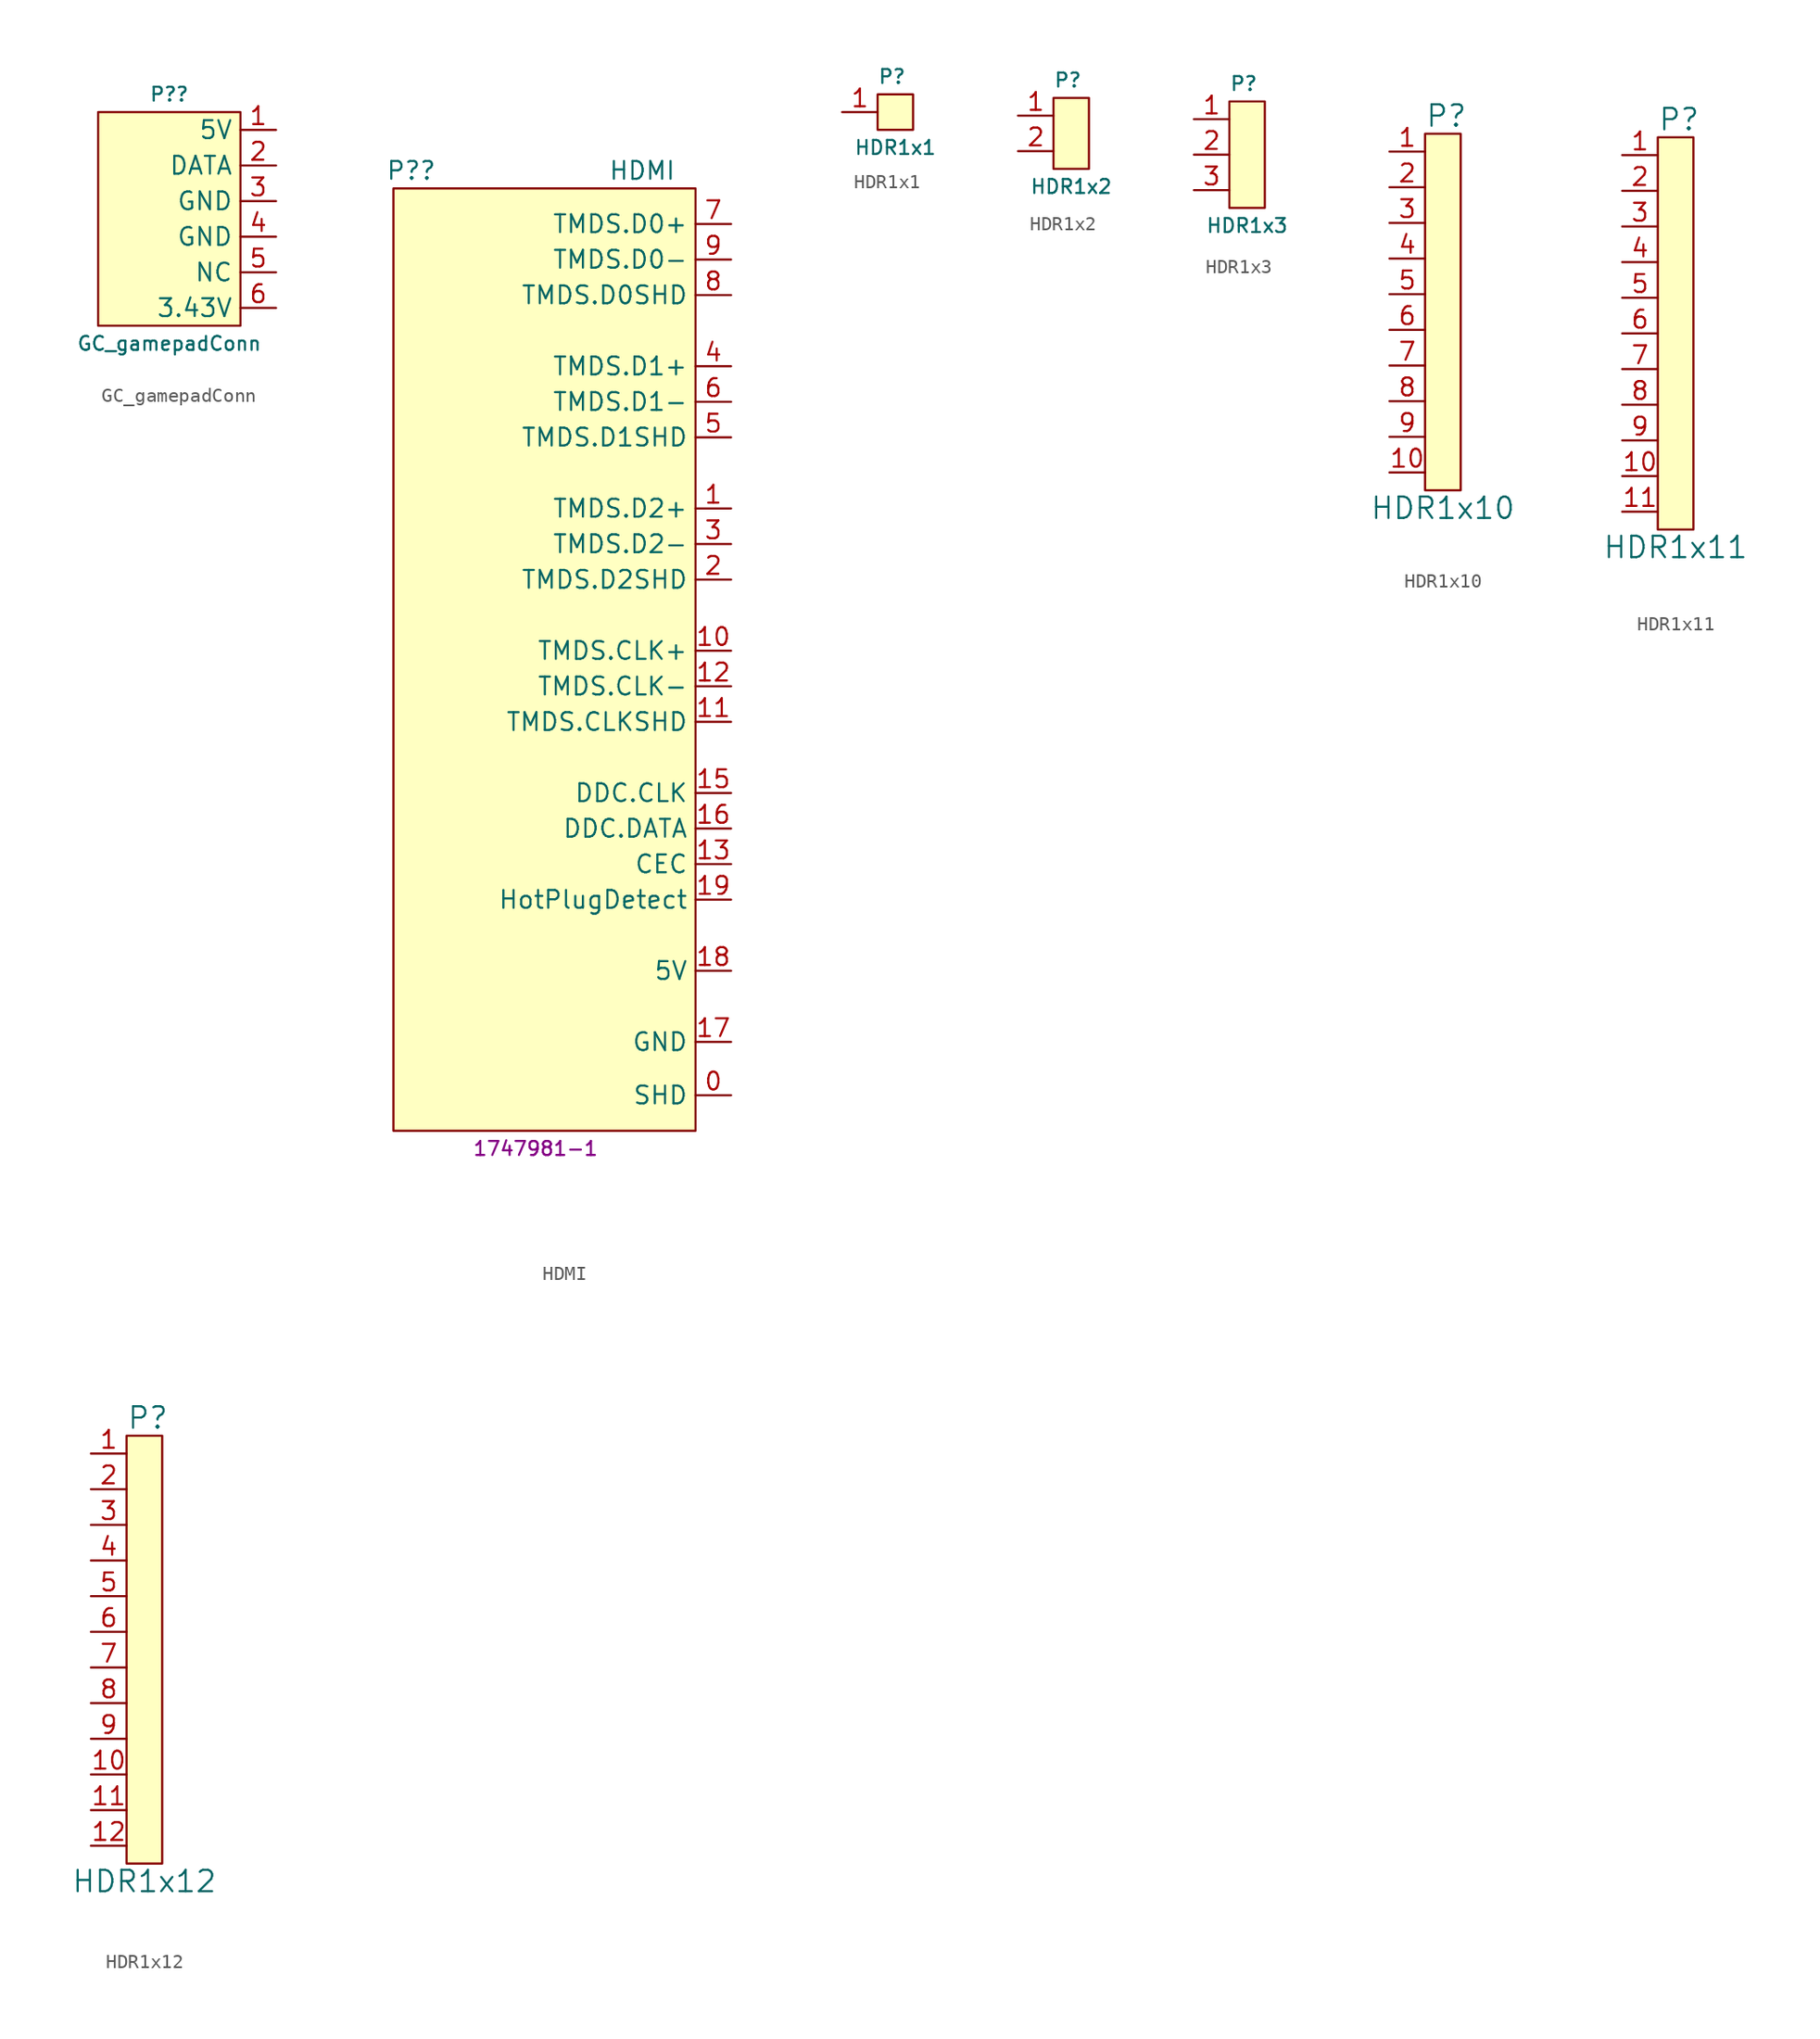
<source format=kicad_sym>
(kicad_symbol_lib
  (version 20231120)
  (generator "kicad_symbol_editor")
  (generator_version "8.0")
  (symbol "GC_gamepadConn"
    (property "Reference" "P?"
      (at 0 8.89 0)
      (effects (font (size 0.991 0.991))))
    (property "Value" "GC_gamepadConn"
      (at 0 -8.89 0)
      (effects (font (size 0.991 0.991))))
    (symbol "GC_gamepadConn_0_1"
      (rectangle (start 5.08 7.62) (end -5.08 -7.62) (stroke (width 0.152) (type default)) (fill (type background))))
    (symbol "GC_gamepadConn_1_1"
      (pin power_in line (at 7.62 6.35 180) (length 2.54) (name "5V" (effects (font (size 1.27 1.27)))) (number "1" (effects (font (size 1.27 1.27)))))
      (pin bidirectional line (at 7.62 3.81 180) (length 2.54) (name "DATA" (effects (font (size 1.27 1.27)))) (number "2" (effects (font (size 1.27 1.27)))))
      (pin power_in line (at 7.62 1.27 180) (length 2.54) (name "GND" (effects (font (size 1.27 1.27)))) (number "3" (effects (font (size 1.27 1.27)))))
      (pin power_in line (at 7.62 -1.27 180) (length 2.54) (name "GND" (effects (font (size 1.27 1.27)))) (number "4" (effects (font (size 1.27 1.27)))))
      (pin passive line (at 7.62 -3.81 180) (length 2.54) (name "NC" (effects (font (size 1.27 1.27)))) (number "5" (effects (font (size 1.27 1.27)))))
      (pin power_in line (at 7.62 -6.35 180) (length 2.54) (name "3.43V" (effects (font (size 1.27 1.27)))) (number "6" (effects (font (size 1.27 1.27)))))))
  (symbol "HDMI"
    (property "Reference" "P?"
      (at -8.89 31.75 0)
      (effects (font (size 1.27 1.27))))
    (property "Value" "HDMI"
      (at 7.62 31.75 0)
      (effects (font (size 1.27 1.27))))
    (property "MPN" "1747981-1"
      (at 0 -38.1 0)
      (effects (font (size 1 1))))
    (symbol "HDMI_0_1"
      (rectangle (start -10.16 30.48) (end 11.43 -36.83) (stroke (width 0.152) (type default)) (fill (type background))))
    (symbol "HDMI_1_1"
      (pin passive line (at 13.97 -34.29 180) (length 2.54) (name "SHD" (effects (font (size 1.27 1.27)))) (number "0" (effects (font (size 1.27 1.27)))))
      (pin passive line (at 13.97 7.62 180) (length 2.54) (name "TMDS.D2+" (effects (font (size 1.27 1.27)))) (number "1" (effects (font (size 1.27 1.27)))))
      (pin passive line (at 13.97 -2.54 180) (length 2.54) (name "TMDS.CLK+" (effects (font (size 1.27 1.27)))) (number "10" (effects (font (size 1.27 1.27)))))
      (pin passive line (at 13.97 -7.62 180) (length 2.54) (name "TMDS.CLKSHD" (effects (font (size 1.27 1.27)))) (number "11" (effects (font (size 1.27 1.27)))))
      (pin passive line (at 13.97 -5.08 180) (length 2.54) (name "TMDS.CLK-" (effects (font (size 1.27 1.27)))) (number "12" (effects (font (size 1.27 1.27)))))
      (pin passive line (at 13.97 -17.78 180) (length 2.54) (name "CEC" (effects (font (size 1.27 1.27)))) (number "13" (effects (font (size 1.27 1.27)))))
      (pin passive line (at 13.97 -12.7 180) (length 2.54) (name "DDC.CLK" (effects (font (size 1.27 1.27)))) (number "15" (effects (font (size 1.27 1.27)))))
      (pin passive line (at 13.97 -15.24 180) (length 2.54) (name "DDC.DATA" (effects (font (size 1.27 1.27)))) (number "16" (effects (font (size 1.27 1.27)))))
      (pin passive line (at 13.97 -30.48 180) (length 2.54) (name "GND" (effects (font (size 1.27 1.27)))) (number "17" (effects (font (size 1.27 1.27)))))
      (pin passive line (at 13.97 -25.4 180) (length 2.54) (name "5V" (effects (font (size 1.27 1.27)))) (number "18" (effects (font (size 1.27 1.27)))))
      (pin passive line (at 13.97 -20.32 180) (length 2.54) (name "HotPlugDetect" (effects (font (size 1.27 1.27)))) (number "19" (effects (font (size 1.27 1.27)))))
      (pin passive line (at 13.97 2.54 180) (length 2.54) (name "TMDS.D2SHD" (effects (font (size 1.27 1.27)))) (number "2" (effects (font (size 1.27 1.27)))))
      (pin passive line (at 13.97 5.08 180) (length 2.54) (name "TMDS.D2-" (effects (font (size 1.27 1.27)))) (number "3" (effects (font (size 1.27 1.27)))))
      (pin passive line (at 13.97 17.78 180) (length 2.54) (name "TMDS.D1+" (effects (font (size 1.27 1.27)))) (number "4" (effects (font (size 1.27 1.27)))))
      (pin passive line (at 13.97 12.7 180) (length 2.54) (name "TMDS.D1SHD" (effects (font (size 1.27 1.27)))) (number "5" (effects (font (size 1.27 1.27)))))
      (pin passive line (at 13.97 15.24 180) (length 2.54) (name "TMDS.D1-" (effects (font (size 1.27 1.27)))) (number "6" (effects (font (size 1.27 1.27)))))
      (pin passive line (at 13.97 27.94 180) (length 2.54) (name "TMDS.D0+" (effects (font (size 1.27 1.27)))) (number "7" (effects (font (size 1.27 1.27)))))
      (pin passive line (at 13.97 22.86 180) (length 2.54) (name "TMDS.D0SHD" (effects (font (size 1.27 1.27)))) (number "8" (effects (font (size 1.27 1.27)))))
      (pin passive line (at 13.97 25.4 180) (length 2.54) (name "TMDS.D0-" (effects (font (size 1.27 1.27)))) (number "9" (effects (font (size 1.27 1.27)))))))
  (symbol "HDR1x1"
    (property "Reference" "P"
      (at -1.27 2.54 0)
      (effects (font (size 1 1)) (justify left)))
    (property "Value" "HDR1x1"
      (at 0 -2.54 0)
      (effects (font (size 1 1))))
    (symbol "HDR1x1_0_1"
      (rectangle (start -1.27 1.27) (end 1.27 -1.27) (stroke (width 0) (type default)) (fill (type background))))
    (symbol "HDR1x1_1_1"
      (pin passive line (at -3.81 0 0) (length 2.54) (name "~" (effects (font (size 1.27 1.27)))) (number "1" (effects (font (size 1.27 1.27)))))))
  (symbol "HDR1x2"
    (property "Reference" "P"
      (at -1.27 3.81 0)
      (effects (font (size 1 1)) (justify left)))
    (property "Value" "HDR1x2"
      (at 0 -3.81 0)
      (effects (font (size 1 1))))
    (symbol "HDR1x2_0_1"
      (rectangle (start -1.27 2.54) (end 1.27 -2.54) (stroke (width 0) (type default)) (fill (type background))))
    (symbol "HDR1x2_1_1"
      (pin unspecified line (at -3.81 1.27 0) (length 2.54) (name "~" (effects (font (size 1.27 1.27)))) (number "1" (effects (font (size 1.27 1.27)))))
      (pin unspecified line (at -3.81 -1.27 0) (length 2.54) (name "~" (effects (font (size 1.27 1.27)))) (number "2" (effects (font (size 1.27 1.27)))))))
  (symbol "HDR1x3"
    (property "Reference" "P"
      (at -1.27 5.08 0)
      (effects (font (size 1 1)) (justify left)))
    (property "Value" "HDR1x3"
      (at 0 -5.08 0)
      (effects (font (size 1 1))))
    (symbol "HDR1x3_0_1"
      (rectangle (start -1.27 3.81) (end 1.27 -3.81) (stroke (width 0) (type default)) (fill (type background))))
    (symbol "HDR1x3_1_1"
      (pin unspecified line (at -3.81 2.54 0) (length 2.54) (name "~" (effects (font (size 1.27 1.27)))) (number "1" (effects (font (size 1.27 1.27)))))
      (pin unspecified line (at -3.81 0 0) (length 2.54) (name "~" (effects (font (size 1.27 1.27)))) (number "2" (effects (font (size 1.27 1.27)))))
      (pin unspecified line (at -3.81 -2.54 0) (length 2.54) (name "~" (effects (font (size 1.27 1.27)))) (number "3" (effects (font (size 1.27 1.27)))))))
  (symbol "HDR1x10"
    (property "Reference" "P"
      (at -1.27 13.97 0)
      (effects (font (size 1.524 1.524)) (justify left)))
    (property "Value" "HDR1x10"
      (at 0 -13.97 0)
      (effects (font (size 1.524 1.524))))
    (symbol "HDR1x10_0_1"
      (rectangle (start -1.27 12.7) (end 1.27 -12.7) (stroke (width 0) (type default)) (fill (type background))))
    (symbol "HDR1x10_1_1"
      (pin unspecified line (at -3.81 11.43 0) (length 2.54) (name "~" (effects (font (size 1.27 1.27)))) (number "1" (effects (font (size 1.27 1.27)))))
      (pin unspecified line (at -3.81 -11.43 0) (length 2.54) (name "~" (effects (font (size 1.27 1.27)))) (number "10" (effects (font (size 1.27 1.27)))))
      (pin unspecified line (at -3.81 8.89 0) (length 2.54) (name "~" (effects (font (size 1.27 1.27)))) (number "2" (effects (font (size 1.27 1.27)))))
      (pin unspecified line (at -3.81 6.35 0) (length 2.54) (name "~" (effects (font (size 1.27 1.27)))) (number "3" (effects (font (size 1.27 1.27)))))
      (pin unspecified line (at -3.81 3.81 0) (length 2.54) (name "~" (effects (font (size 1.27 1.27)))) (number "4" (effects (font (size 1.27 1.27)))))
      (pin unspecified line (at -3.81 1.27 0) (length 2.54) (name "~" (effects (font (size 1.27 1.27)))) (number "5" (effects (font (size 1.27 1.27)))))
      (pin unspecified line (at -3.81 -1.27 0) (length 2.54) (name "~" (effects (font (size 1.27 1.27)))) (number "6" (effects (font (size 1.27 1.27)))))
      (pin unspecified line (at -3.81 -3.81 0) (length 2.54) (name "~" (effects (font (size 1.27 1.27)))) (number "7" (effects (font (size 1.27 1.27)))))
      (pin unspecified line (at -3.81 -6.35 0) (length 2.54) (name "~" (effects (font (size 1.27 1.27)))) (number "8" (effects (font (size 1.27 1.27)))))
      (pin unspecified line (at -3.81 -8.89 0) (length 2.54) (name "~" (effects (font (size 1.27 1.27)))) (number "9" (effects (font (size 1.27 1.27)))))))
  (symbol "HDR1x11"
    (property "Reference" "P"
      (at -1.27 15.24 0)
      (effects (font (size 1.524 1.524)) (justify left)))
    (property "Value" "HDR1x11"
      (at 0 -15.24 0)
      (effects (font (size 1.524 1.524))))
    (symbol "HDR1x11_0_1"
      (rectangle (start -1.27 13.97) (end 1.27 -13.97) (stroke (width 0) (type default)) (fill (type background))))
    (symbol "HDR1x11_1_1"
      (pin unspecified line (at -3.81 12.7 0) (length 2.54) (name "~" (effects (font (size 1.27 1.27)))) (number "1" (effects (font (size 1.27 1.27)))))
      (pin unspecified line (at -3.81 -10.16 0) (length 2.54) (name "~" (effects (font (size 1.27 1.27)))) (number "10" (effects (font (size 1.27 1.27)))))
      (pin unspecified line (at -3.81 -12.7 0) (length 2.54) (name "~" (effects (font (size 1.27 1.27)))) (number "11" (effects (font (size 1.27 1.27)))))
      (pin unspecified line (at -3.81 10.16 0) (length 2.54) (name "~" (effects (font (size 1.27 1.27)))) (number "2" (effects (font (size 1.27 1.27)))))
      (pin unspecified line (at -3.81 7.62 0) (length 2.54) (name "~" (effects (font (size 1.27 1.27)))) (number "3" (effects (font (size 1.27 1.27)))))
      (pin unspecified line (at -3.81 5.08 0) (length 2.54) (name "~" (effects (font (size 1.27 1.27)))) (number "4" (effects (font (size 1.27 1.27)))))
      (pin unspecified line (at -3.81 2.54 0) (length 2.54) (name "~" (effects (font (size 1.27 1.27)))) (number "5" (effects (font (size 1.27 1.27)))))
      (pin unspecified line (at -3.81 0 0) (length 2.54) (name "~" (effects (font (size 1.27 1.27)))) (number "6" (effects (font (size 1.27 1.27)))))
      (pin unspecified line (at -3.81 -2.54 0) (length 2.54) (name "~" (effects (font (size 1.27 1.27)))) (number "7" (effects (font (size 1.27 1.27)))))
      (pin unspecified line (at -3.81 -5.08 0) (length 2.54) (name "~" (effects (font (size 1.27 1.27)))) (number "8" (effects (font (size 1.27 1.27)))))
      (pin unspecified line (at -3.81 -7.62 0) (length 2.54) (name "~" (effects (font (size 1.27 1.27)))) (number "9" (effects (font (size 1.27 1.27)))))))
  (symbol "HDR1x12"
    (property "Reference" "P"
      (at -1.27 16.51 0)
      (effects (font (size 1.524 1.524)) (justify left)))
    (property "Value" "HDR1x12"
      (at 0 -16.51 0)
      (effects (font (size 1.524 1.524))))
    (symbol "HDR1x12_0_1"
      (rectangle (start -1.27 15.24) (end 1.27 -15.24) (stroke (width 0) (type default)) (fill (type background))))
    (symbol "HDR1x12_1_1"
      (pin unspecified line (at -3.81 13.97 0) (length 2.54) (name "~" (effects (font (size 1.27 1.27)))) (number "1" (effects (font (size 1.27 1.27)))))
      (pin unspecified line (at -3.81 -8.89 0) (length 2.54) (name "~" (effects (font (size 1.27 1.27)))) (number "10" (effects (font (size 1.27 1.27)))))
      (pin unspecified line (at -3.81 -11.43 0) (length 2.54) (name "~" (effects (font (size 1.27 1.27)))) (number "11" (effects (font (size 1.27 1.27)))))
      (pin unspecified line (at -3.81 -13.97 0) (length 2.54) (name "~" (effects (font (size 1.27 1.27)))) (number "12" (effects (font (size 1.27 1.27)))))
      (pin unspecified line (at -3.81 11.43 0) (length 2.54) (name "~" (effects (font (size 1.27 1.27)))) (number "2" (effects (font (size 1.27 1.27)))))
      (pin unspecified line (at -3.81 8.89 0) (length 2.54) (name "~" (effects (font (size 1.27 1.27)))) (number "3" (effects (font (size 1.27 1.27)))))
      (pin unspecified line (at -3.81 6.35 0) (length 2.54) (name "~" (effects (font (size 1.27 1.27)))) (number "4" (effects (font (size 1.27 1.27)))))
      (pin unspecified line (at -3.81 3.81 0) (length 2.54) (name "~" (effects (font (size 1.27 1.27)))) (number "5" (effects (font (size 1.27 1.27)))))
      (pin unspecified line (at -3.81 1.27 0) (length 2.54) (name "~" (effects (font (size 1.27 1.27)))) (number "6" (effects (font (size 1.27 1.27)))))
      (pin unspecified line (at -3.81 -1.27 0) (length 2.54) (name "~" (effects (font (size 1.27 1.27)))) (number "7" (effects (font (size 1.27 1.27)))))
      (pin unspecified line (at -3.81 -3.81 0) (length 2.54) (name "~" (effects (font (size 1.27 1.27)))) (number "8" (effects (font (size 1.27 1.27)))))
      (pin unspecified line (at -3.81 -6.35 0) (length 2.54) (name "~" (effects (font (size 1.27 1.27)))) (number "9" (effects (font (size 1.27 1.27))))))))
</source>
